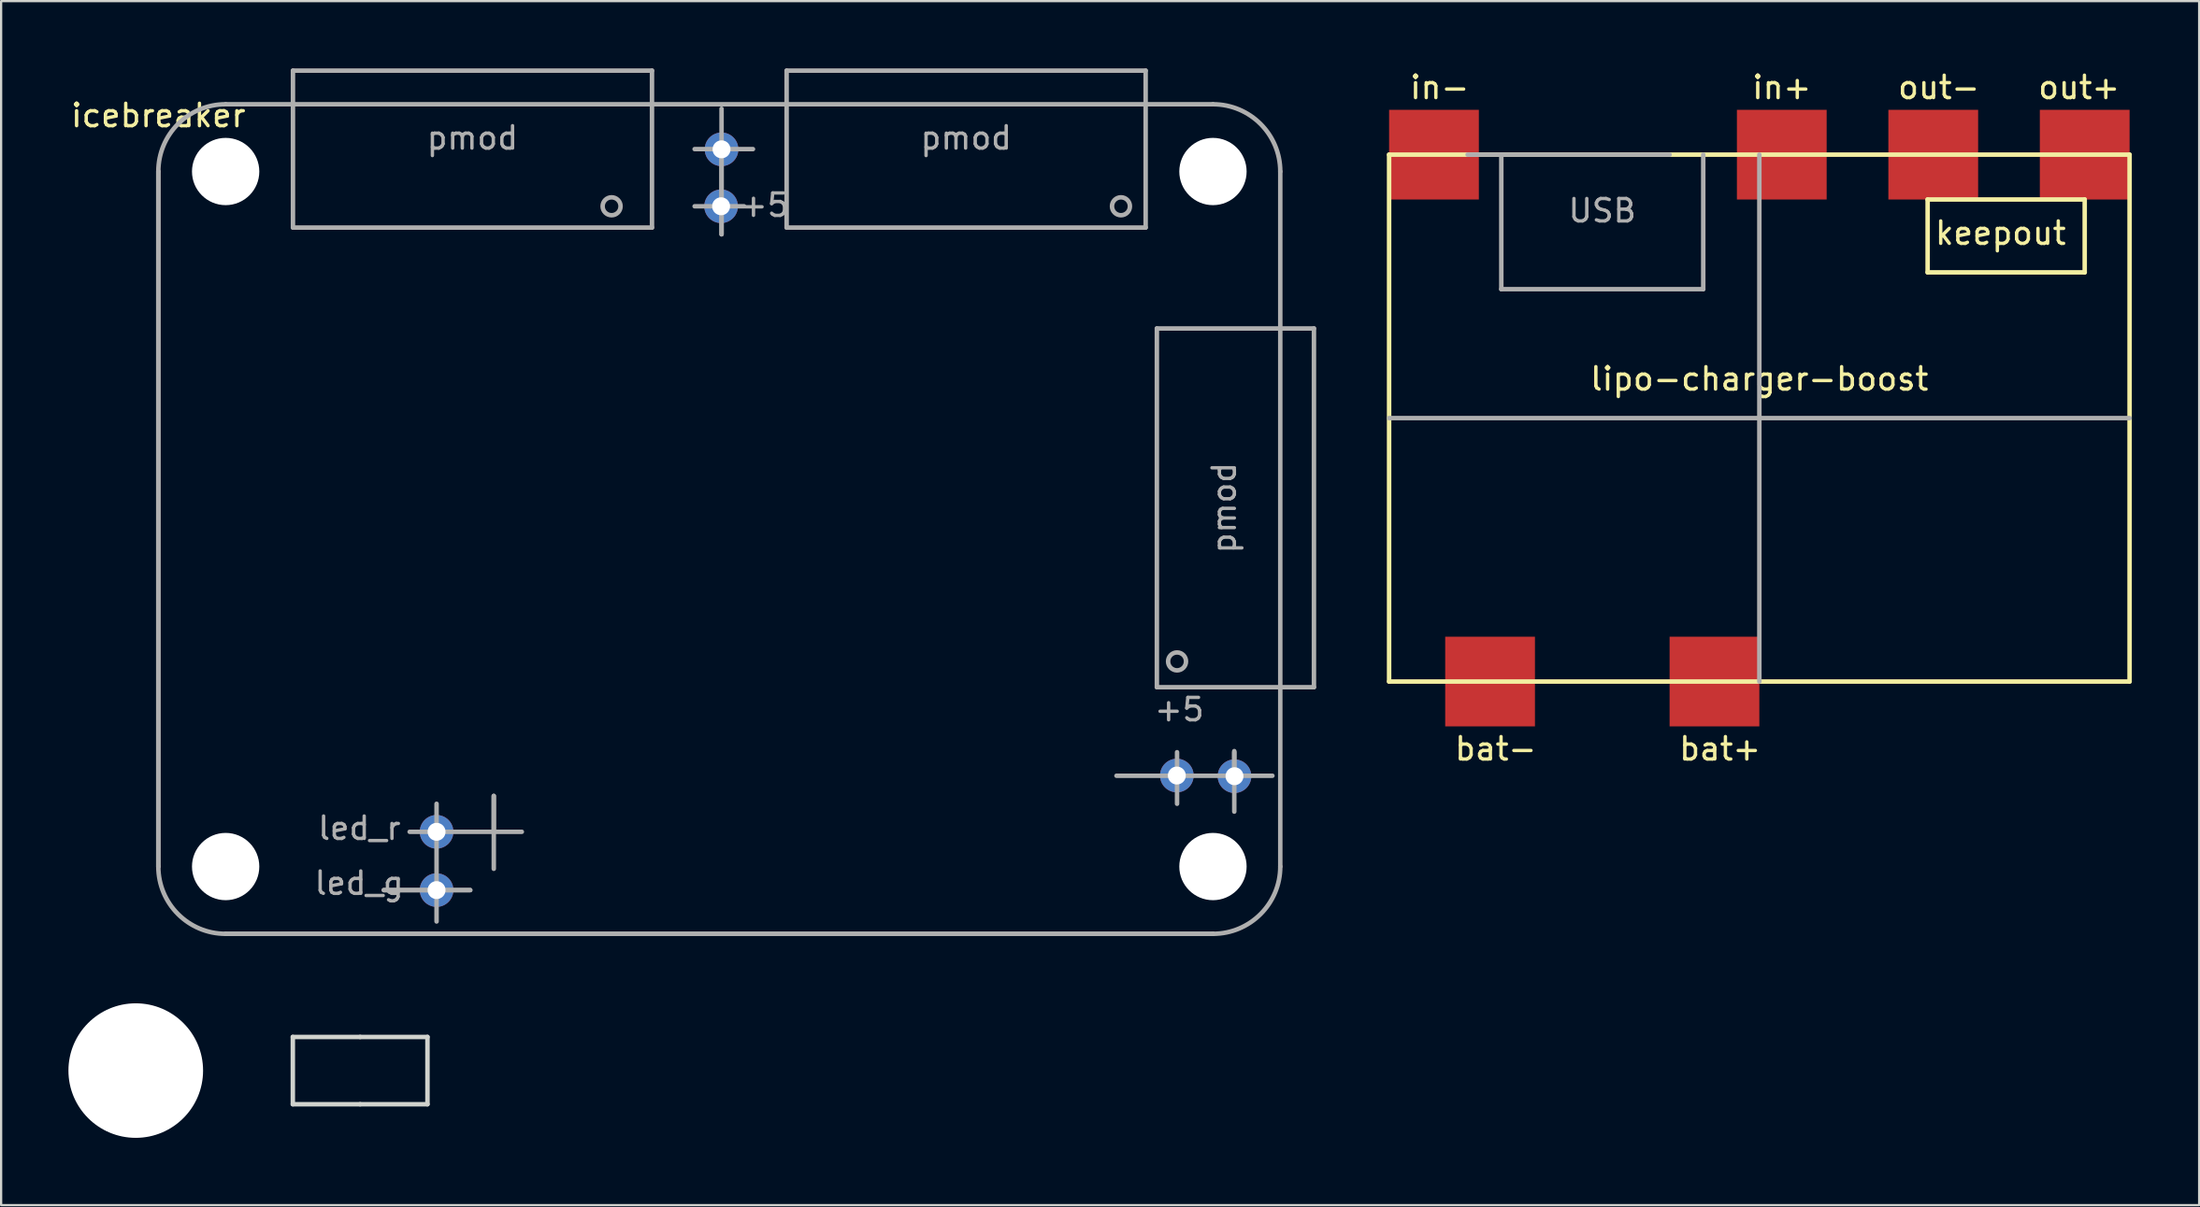
<source format=kicad_pcb>
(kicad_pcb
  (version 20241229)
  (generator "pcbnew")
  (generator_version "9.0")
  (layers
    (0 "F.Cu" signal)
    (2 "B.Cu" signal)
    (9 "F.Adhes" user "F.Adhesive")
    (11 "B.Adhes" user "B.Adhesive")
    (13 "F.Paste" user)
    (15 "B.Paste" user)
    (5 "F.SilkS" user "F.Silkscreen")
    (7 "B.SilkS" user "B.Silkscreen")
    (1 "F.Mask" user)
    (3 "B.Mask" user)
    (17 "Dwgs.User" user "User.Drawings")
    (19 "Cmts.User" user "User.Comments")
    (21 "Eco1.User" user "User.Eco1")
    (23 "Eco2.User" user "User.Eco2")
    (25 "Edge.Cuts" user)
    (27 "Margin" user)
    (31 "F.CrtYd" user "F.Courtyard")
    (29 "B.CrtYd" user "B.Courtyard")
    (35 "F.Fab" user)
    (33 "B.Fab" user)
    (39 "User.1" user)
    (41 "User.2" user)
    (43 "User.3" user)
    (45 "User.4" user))
  (footprint "lipo-charger-boost"
    (layer "F.Cu")
    (at 58.856 3.848)
    (property "Reference" "lipo-charger-boost" (at 16.5 10 0) (layer "F.SilkS") (effects (font (size 1 1) (thickness 0.15))))
    (attr through_hole)
    (fp_line (start 0 0) (end 33 0) (stroke (width 0.2) (type solid)) (layer "F.SilkS"))
    (fp_line (start 0 23.5) (end 0 0) (stroke (width 0.2) (type solid)) (layer "F.SilkS"))
    (fp_line (start 24 2) (end 24 5.25) (stroke (width 0.2) (type solid)) (layer "F.SilkS"))
    (fp_line (start 24 5.25) (end 31 5.25) (stroke (width 0.2) (type solid)) (layer "F.SilkS"))
    (fp_line (start 31 2) (end 24 2) (stroke (width 0.2) (type solid)) (layer "F.SilkS"))
    (fp_line (start 31 5.25) (end 31 2) (stroke (width 0.2) (type solid)) (layer "F.SilkS"))
    (fp_line (start 33 0) (end 33 23.5) (stroke (width 0.2) (type solid)) (layer "F.SilkS"))
    (fp_line (start 33 23.5) (end 0 23.5) (stroke (width 0.2) (type solid)) (layer "F.SilkS"))
    (fp_line (start 0 11.75) (end 33 11.75) (stroke (width 0.2) (type solid)) (layer "F.Fab"))
    (fp_line (start 5 0) (end 5 6) (stroke (width 0.2) (type solid)) (layer "F.Fab"))
    (fp_line (start 5 6) (end 14 6) (stroke (width 0.2) (type solid)) (layer "F.Fab"))
    (fp_line (start 12.5 0) (end 3.5 0) (stroke (width 0.2) (type solid)) (layer "F.Fab"))
    (fp_line (start 14 6) (end 14 0) (stroke (width 0.2) (type solid)) (layer "F.Fab"))
    (fp_line (start 16.5 0) (end 16.5 23.5) (stroke (width 0.2) (type solid)) (layer "F.Fab"))
    (fp_text user "in+" (at 17.5 -3 0) (layer "F.SilkS") (effects (font (size 1 1) (thickness 0.15))))
    (fp_text user "keepout" (at 27.25 3.5 0) (layer "F.SilkS") (effects (font (size 1 1) (thickness 0.15))))
    (fp_text user "in-" (at 2.25 -3 0) (layer "F.SilkS") (effects (font (size 1 1) (thickness 0.15))))
    (fp_text user "out-" (at 24.5 -3 0) (layer "F.SilkS") (effects (font (size 1 1) (thickness 0.15))))
    (fp_text user "bat-" (at 4.75 26.5 0) (layer "F.SilkS") (effects (font (size 1 1) (thickness 0.15))))
    (fp_text user "out+" (at 30.75 -3 0) (layer "F.SilkS") (effects (font (size 1 1) (thickness 0.15))))
    (fp_text user "bat+" (at 14.75 26.5 0) (layer "F.SilkS") (effects (font (size 1 1) (thickness 0.15))))
    (fp_text user "USB" (at 9.5 2.5 0) (layer "F.Fab") (effects (font (size 1 1) (thickness 0.15))))
    (pad "1" smd rect (at 2 0) (size 4 4) (layers "F.Cu" "F.Mask" "F.Paste"))
    (pad "1" smd rect (at 4.5 23.5) (size 4 4) (layers "F.Cu" "F.Mask" "F.Paste"))
    (pad "1" smd rect (at 24.25 0) (size 4 4) (layers "F.Cu" "F.Mask" "F.Paste"))
    (pad "2" smd rect (at 17.5 0) (size 4 4) (layers "F.Cu" "F.Mask" "F.Paste"))
    (pad "3" smd rect (at 31 0) (size 4 4) (layers "F.Cu" "F.Mask" "F.Paste"))
    (pad "4" smd rect (at 14.5 23.5) (size 4 4) (layers "F.Cu" "F.Mask" "F.Paste")))
  (footprint "icebreaker"
    (layer "F.Cu")
    (at 4.006 1.6)
    (property "Reference" "icebreaker" (at 0 0.5 0) (layer "F.SilkS") (effects (font (size 1 1) (thickness 0.15))))
    (attr through_hole)
    (fp_line (start 0 3) (end 0 34) (stroke (width 0.2) (type solid)) (layer "F.Fab"))
    (fp_line (start 0 3) (end 0 34) (stroke (width 0.2) (type solid)) (layer "F.Fab"))
    (fp_line (start 3 37) (end 47 37) (stroke (width 0.2) (type solid)) (layer "F.Fab"))
    (fp_line (start 3 37) (end 47 37) (stroke (width 0.2) (type solid)) (layer "F.Fab"))
    (fp_line (start 6 -1.5) (end 6 5.5) (stroke (width 0.2) (type solid)) (layer "F.Fab"))
    (fp_line (start 6 5.5) (end 22 5.5) (stroke (width 0.2) (type solid)) (layer "F.Fab"))
    (fp_line (start 10.05 35.05) (end 13.9 35.05) (stroke (width 0.2) (type solid)) (layer "F.Fab"))
    (fp_line (start 12.4 32.45) (end 16.2 32.45) (stroke (width 0.2) (type solid)) (layer "F.Fab"))
    (fp_line (start 12.4 35) (end 12.4 36.45) (stroke (width 0.2) (type solid)) (layer "F.Fab"))
    (fp_line (start 12.4 35.05) (end 10.05 35.05) (stroke (width 0.2) (type solid)) (layer "F.Fab"))
    (fp_line (start 12.4 35.05) (end 12.4 31.2) (stroke (width 0.2) (type solid)) (layer "F.Fab"))
    (fp_line (start 12.45 32.45) (end 11.2 32.45) (stroke (width 0.2) (type solid)) (layer "F.Fab"))
    (fp_line (start 13.9 35.05) (end 12.4 35.05) (stroke (width 0.2) (type solid)) (layer "F.Fab"))
    (fp_line (start 14.95 30.85) (end 14.95 34.1) (stroke (width 0.2) (type solid)) (layer "F.Fab"))
    (fp_line (start 14.95 32.45) (end 14.95 30.85) (stroke (width 0.2) (type solid)) (layer "F.Fab"))
    (fp_line (start 22 -1.5) (end 6 -1.5) (stroke (width 0.2) (type solid)) (layer "F.Fab"))
    (fp_line (start 22 5.5) (end 22 -1.5) (stroke (width 0.2) (type solid)) (layer "F.Fab"))
    (fp_line (start 25.1 2) (end 23.9 2) (stroke (width 0.2) (type solid)) (layer "F.Fab"))
    (fp_line (start 25.1 2) (end 25.1 5.8) (stroke (width 0.2) (type solid)) (layer "F.Fab"))
    (fp_line (start 25.1 2) (end 26.5 2) (stroke (width 0.2) (type solid)) (layer "F.Fab"))
    (fp_line (start 25.1 4.55) (end 23.9 4.55) (stroke (width 0.2) (type solid)) (layer "F.Fab"))
    (fp_line (start 25.1 4.55) (end 26.1 4.55) (stroke (width 0.2) (type solid)) (layer "F.Fab"))
    (fp_line (start 25.1 5.8) (end 25.1 0.2) (stroke (width 0.2) (type solid)) (layer "F.Fab"))
    (fp_line (start 28 -1.5) (end 28 5.5) (stroke (width 0.2) (type solid)) (layer "F.Fab"))
    (fp_line (start 28 5.5) (end 44 5.5) (stroke (width 0.2) (type solid)) (layer "F.Fab"))
    (fp_line (start 44 -1.5) (end 28 -1.5) (stroke (width 0.2) (type solid)) (layer "F.Fab"))
    (fp_line (start 44 5.5) (end 44 -1.5) (stroke (width 0.2) (type solid)) (layer "F.Fab"))
    (fp_line (start 44.5 10) (end 44.5 26) (stroke (width 0.2) (type solid)) (layer "F.Fab"))
    (fp_line (start 44.5 26) (end 51.5 26) (stroke (width 0.2) (type solid)) (layer "F.Fab"))
    (fp_line (start 45.4 29.95) (end 42.7 29.95) (stroke (width 0.2) (type solid)) (layer "F.Fab"))
    (fp_line (start 45.4 29.95) (end 45.4 28.9) (stroke (width 0.2) (type solid)) (layer "F.Fab"))
    (fp_line (start 45.4 29.95) (end 45.4 31.2) (stroke (width 0.2) (type solid)) (layer "F.Fab"))
    (fp_line (start 45.4 29.95) (end 49.65 29.95) (stroke (width 0.2) (type solid)) (layer "F.Fab"))
    (fp_line (start 47 0) (end 3 0) (stroke (width 0.2) (type solid)) (layer "F.Fab"))
    (fp_line (start 47.95 28.9) (end 47.95 31.55) (stroke (width 0.2) (type solid)) (layer "F.Fab"))
    (fp_line (start 47.95 29.95) (end 47.95 28.85) (stroke (width 0.2) (type solid)) (layer "F.Fab"))
    (fp_line (start 50 34) (end 50 3) (stroke (width 0.2) (type solid)) (layer "F.Fab"))
    (fp_line (start 51.5 10) (end 44.5 10) (stroke (width 0.2) (type solid)) (layer "F.Fab"))
    (fp_line (start 51.5 26) (end 51.5 10) (stroke (width 0.2) (type solid)) (layer "F.Fab"))
    (fp_arc (start 0 3) (mid 0.87868 0.87868) (end 3 0) (stroke (width 0.2) (type solid)) (layer "F.Fab"))
    (fp_arc (start 3 37) (mid 0.87868 36.12132) (end 0 34) (stroke (width 0.2) (type solid)) (layer "F.Fab"))
    (fp_arc (start 47 0) (mid 49.12132 0.87868) (end 50 3) (stroke (width 0.2) (type solid)) (layer "F.Fab"))
    (fp_arc (start 50 34) (mid 49.12132 36.12132) (end 47 37) (stroke (width 0.2) (type solid)) (layer "F.Fab"))
    (fp_circle (center 20.2 4.55) (end 20.2 4.95) (stroke (width 0.2) (type solid)) (fill no) (layer "F.Fab"))
    (fp_circle (center 42.9 4.55) (end 42.9 4.95) (stroke (width 0.2) (type solid)) (fill no) (layer "F.Fab"))
    (fp_circle (center 45.4 24.85) (end 45.4 25.25) (stroke (width 0.2) (type solid)) (fill no) (layer "F.Fab"))
    (fp_text user "+5" (at 27 4.5 0) (layer "F.Fab") (effects (font (size 1 1) (thickness 0.15))))
    (fp_text user "led_r" (at 8.96 32.29 0) (layer "F.Fab") (effects (font (size 1 1) (thickness 0.15))))
    (fp_text user "pmod" (at 14 1.5 0) (layer "F.Fab") (effects (font (size 1 1) (thickness 0.15))))
    (fp_text user "pmod" (at 36 1.5 0) (layer "F.Fab") (effects (font (size 1 1) (thickness 0.15))))
    (fp_text user "led_g" (at 8.95 34.74 0) (layer "F.Fab") (effects (font (size 1 1) (thickness 0.15))))
    (fp_text user "pmod" (at 47.5 18 90) (layer "F.Fab") (effects (font (size 1 1) (thickness 0.15))))
    (fp_text user "+5" (at 45.5 27 0) (layer "F.Fab") (effects (font (size 1 1) (thickness 0.15))))
    (pad "" np_thru_hole circle (at 3 3) (size 3 3) (drill 3) (layers "*.Cu" "*.Mask"))
    (pad "" np_thru_hole circle (at 3 34) (size 3 3) (drill 3) (layers "*.Cu" "*.Mask"))
    (pad "" np_thru_hole circle (at 47 3) (size 3 3) (drill 3) (layers "*.Cu" "*.Mask"))
    (pad "" np_thru_hole circle (at 47 34) (size 3 3) (drill 3) (layers "*.Cu" "*.Mask"))
    (pad "1" thru_hole circle (at 12.4 32.45) (size 1.5 1.5) (drill 0.8) (layers "*.Cu" "*.Mask"))
    (pad "2" thru_hole circle (at 12.4 35.05) (size 1.5 1.5) (drill 0.8) (layers "*.Cu" "*.Mask"))
    (pad "3" thru_hole circle (at 25.1 2.01) (size 1.5 1.5) (drill 0.8) (layers "*.Cu" "*.Mask"))
    (pad "4" thru_hole circle (at 25.08 4.55) (size 1.5 1.5) (drill 0.8) (layers "*.Cu" "*.Mask"))
    (pad "5" thru_hole circle (at 47.96 29.97 90) (size 1.5 1.5) (drill 0.8) (layers "*.Cu" "*.Mask"))
    (pad "6" thru_hole circle (at 45.39 29.94) (size 1.5 1.5) (drill 0.8) (layers "*.Cu" "*.Mask")))
  (footprint "oobb"
    (layer "F.Cu")
    (at 3 44.7)
    (property "Reference" "oobb" (at 0 0.5 0) (layer "F.SilkS") (effects (font (size 1 1) (thickness 0.15))))
    (attr through_hole)
    (fp_line (start 7 -1.5) (end 7 1.5) (stroke (width 0.2) (type solid)) (layer "Edge.Cuts"))
    (fp_line (start 7 1.5) (end 10 1.5) (stroke (width 0.2) (type solid)) (layer "Edge.Cuts"))
    (fp_line (start 10 -1.5) (end 7 -1.5) (stroke (width 0.2) (type solid)) (layer "Edge.Cuts"))
    (fp_line (start 10 1.5) (end 13 1.5) (stroke (width 0.2) (type solid)) (layer "Edge.Cuts"))
    (fp_line (start 13 -1.5) (end 10 -1.5) (stroke (width 0.2) (type solid)) (layer "Edge.Cuts"))
    (fp_line (start 13 1.5) (end 13 -1.5) (stroke (width 0.2) (type solid)) (layer "Edge.Cuts"))
    (pad "" np_thru_hole circle (at 0 0) (size 6 6) (drill 6) (layers "*.Cu" "*.Mask")))
  (gr_rect
    (start -3 -3)
    (end 94.956 50.7)
    (stroke (width 0.1) (type default))
    (fill no)
    (layer "Edge.Cuts")))
</source>
